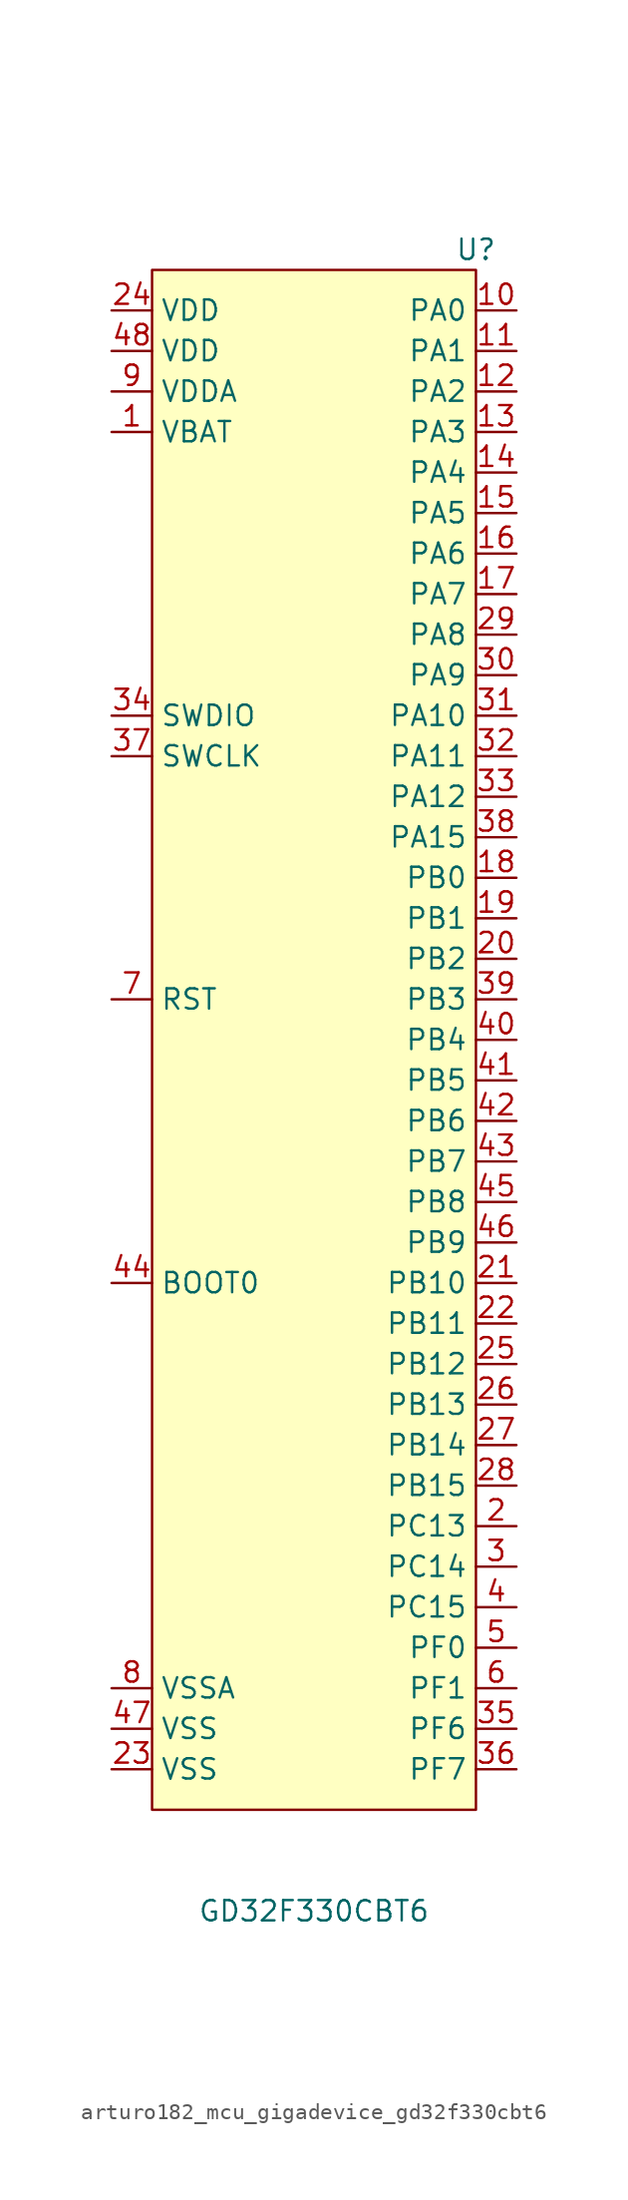
<source format=kicad_sym>
(kicad_symbol_lib
  (version 20220914)
  (generator kicad_symbol_editor)
  (symbol "arturo182_mcu_gigadevice_gd32f330cbt6"
    (property "Reference" "U"
      (at 10.16 46.99 0)
      (effects (font (size 1.27 1.27))))
    (property "Value" "GD32F330CBT6"
      (at 0 -57.15 0)
      (effects (font (size 1.27 1.27))))
    (symbol "arturo182_mcu_gigadevice_gd32f330cbt6_0_0"
      (pin power_in line (at -12.7 35.56 0) (length 2.54) (name "VBAT" (effects (font (size 1.27 1.27)))) (number "1" (effects (font (size 1.27 1.27)))))
      (pin bidirectional line (at 12.7 43.18 180) (length 2.54) (name "PA0" (effects (font (size 1.27 1.27)))) (number "10" (effects (font (size 1.27 1.27)))))
      (pin bidirectional line (at 12.7 40.64 180) (length 2.54) (name "PA1" (effects (font (size 1.27 1.27)))) (number "11" (effects (font (size 1.27 1.27)))))
      (pin bidirectional line (at 12.7 38.1 180) (length 2.54) (name "PA2" (effects (font (size 1.27 1.27)))) (number "12" (effects (font (size 1.27 1.27)))))
      (pin bidirectional line (at 12.7 35.56 180) (length 2.54) (name "PA3" (effects (font (size 1.27 1.27)))) (number "13" (effects (font (size 1.27 1.27)))))
      (pin bidirectional line (at 12.7 33.02 180) (length 2.54) (name "PA4" (effects (font (size 1.27 1.27)))) (number "14" (effects (font (size 1.27 1.27)))))
      (pin bidirectional line (at 12.7 30.48 180) (length 2.54) (name "PA5" (effects (font (size 1.27 1.27)))) (number "15" (effects (font (size 1.27 1.27)))))
      (pin bidirectional line (at 12.7 27.94 180) (length 2.54) (name "PA6" (effects (font (size 1.27 1.27)))) (number "16" (effects (font (size 1.27 1.27)))))
      (pin bidirectional line (at 12.7 25.4 180) (length 2.54) (name "PA7" (effects (font (size 1.27 1.27)))) (number "17" (effects (font (size 1.27 1.27)))))
      (pin bidirectional line (at 12.7 7.62 180) (length 2.54) (name "PB0" (effects (font (size 1.27 1.27)))) (number "18" (effects (font (size 1.27 1.27)))))
      (pin bidirectional line (at 12.7 5.08 180) (length 2.54) (name "PB1" (effects (font (size 1.27 1.27)))) (number "19" (effects (font (size 1.27 1.27)))))
      (pin bidirectional line (at 12.7 -33.02 180) (length 2.54) (name "PC13" (effects (font (size 1.27 1.27)))) (number "2" (effects (font (size 1.27 1.27)))))
      (pin bidirectional line (at 12.7 2.54 180) (length 2.54) (name "PB2" (effects (font (size 1.27 1.27)))) (number "20" (effects (font (size 1.27 1.27)))))
      (pin bidirectional line (at 12.7 -17.78 180) (length 2.54) (name "PB10" (effects (font (size 1.27 1.27)))) (number "21" (effects (font (size 1.27 1.27)))))
      (pin bidirectional line (at 12.7 -20.32 180) (length 2.54) (name "PB11" (effects (font (size 1.27 1.27)))) (number "22" (effects (font (size 1.27 1.27)))))
      (pin power_in line (at -12.7 -48.26 0) (length 2.54) (name "VSS" (effects (font (size 1.27 1.27)))) (number "23" (effects (font (size 1.27 1.27)))))
      (pin power_in line (at -12.7 43.18 0) (length 2.54) (name "VDD" (effects (font (size 1.27 1.27)))) (number "24" (effects (font (size 1.27 1.27)))))
      (pin bidirectional line (at 12.7 -22.86 180) (length 2.54) (name "PB12" (effects (font (size 1.27 1.27)))) (number "25" (effects (font (size 1.27 1.27)))))
      (pin bidirectional line (at 12.7 -25.4 180) (length 2.54) (name "PB13" (effects (font (size 1.27 1.27)))) (number "26" (effects (font (size 1.27 1.27)))))
      (pin bidirectional line (at 12.7 -27.94 180) (length 2.54) (name "PB14" (effects (font (size 1.27 1.27)))) (number "27" (effects (font (size 1.27 1.27)))))
      (pin bidirectional line (at 12.7 -30.48 180) (length 2.54) (name "PB15" (effects (font (size 1.27 1.27)))) (number "28" (effects (font (size 1.27 1.27)))))
      (pin bidirectional line (at 12.7 22.86 180) (length 2.54) (name "PA8" (effects (font (size 1.27 1.27)))) (number "29" (effects (font (size 1.27 1.27)))))
      (pin bidirectional line (at 12.7 -35.56 180) (length 2.54) (name "PC14" (effects (font (size 1.27 1.27)))) (number "3" (effects (font (size 1.27 1.27)))))
      (pin bidirectional line (at 12.7 20.32 180) (length 2.54) (name "PA9" (effects (font (size 1.27 1.27)))) (number "30" (effects (font (size 1.27 1.27)))))
      (pin bidirectional line (at 12.7 17.78 180) (length 2.54) (name "PA10" (effects (font (size 1.27 1.27)))) (number "31" (effects (font (size 1.27 1.27)))))
      (pin bidirectional line (at 12.7 15.24 180) (length 2.54) (name "PA11" (effects (font (size 1.27 1.27)))) (number "32" (effects (font (size 1.27 1.27)))))
      (pin bidirectional line (at 12.7 12.7 180) (length 2.54) (name "PA12" (effects (font (size 1.27 1.27)))) (number "33" (effects (font (size 1.27 1.27)))))
      (pin bidirectional line (at -12.7 17.78 0) (length 2.54) (name "SWDIO" (effects (font (size 1.27 1.27)))) (number "34" (effects (font (size 1.27 1.27)))))
      (pin bidirectional line (at 12.7 -45.72 180) (length 2.54) (name "PF6" (effects (font (size 1.27 1.27)))) (number "35" (effects (font (size 1.27 1.27)))))
      (pin bidirectional line (at 12.7 -48.26 180) (length 2.54) (name "PF7" (effects (font (size 1.27 1.27)))) (number "36" (effects (font (size 1.27 1.27)))))
      (pin bidirectional line (at -12.7 15.24 0) (length 2.54) (name "SWCLK" (effects (font (size 1.27 1.27)))) (number "37" (effects (font (size 1.27 1.27)))))
      (pin bidirectional line (at 12.7 10.16 180) (length 2.54) (name "PA15" (effects (font (size 1.27 1.27)))) (number "38" (effects (font (size 1.27 1.27)))))
      (pin bidirectional line (at 12.7 0 180) (length 2.54) (name "PB3" (effects (font (size 1.27 1.27)))) (number "39" (effects (font (size 1.27 1.27)))))
      (pin bidirectional line (at 12.7 -38.1 180) (length 2.54) (name "PC15" (effects (font (size 1.27 1.27)))) (number "4" (effects (font (size 1.27 1.27)))))
      (pin bidirectional line (at 12.7 -2.54 180) (length 2.54) (name "PB4" (effects (font (size 1.27 1.27)))) (number "40" (effects (font (size 1.27 1.27)))))
      (pin bidirectional line (at 12.7 -5.08 180) (length 2.54) (name "PB5" (effects (font (size 1.27 1.27)))) (number "41" (effects (font (size 1.27 1.27)))))
      (pin bidirectional line (at 12.7 -7.62 180) (length 2.54) (name "PB6" (effects (font (size 1.27 1.27)))) (number "42" (effects (font (size 1.27 1.27)))))
      (pin bidirectional line (at 12.7 -10.16 180) (length 2.54) (name "PB7" (effects (font (size 1.27 1.27)))) (number "43" (effects (font (size 1.27 1.27)))))
      (pin input line (at -12.7 -17.78 0) (length 2.54) (name "BOOT0" (effects (font (size 1.27 1.27)))) (number "44" (effects (font (size 1.27 1.27)))))
      (pin bidirectional line (at 12.7 -12.7 180) (length 2.54) (name "PB8" (effects (font (size 1.27 1.27)))) (number "45" (effects (font (size 1.27 1.27)))))
      (pin bidirectional line (at 12.7 -15.24 180) (length 2.54) (name "PB9" (effects (font (size 1.27 1.27)))) (number "46" (effects (font (size 1.27 1.27)))))
      (pin power_in line (at -12.7 -45.72 0) (length 2.54) (name "VSS" (effects (font (size 1.27 1.27)))) (number "47" (effects (font (size 1.27 1.27)))))
      (pin power_in line (at -12.7 40.64 0) (length 2.54) (name "VDD" (effects (font (size 1.27 1.27)))) (number "48" (effects (font (size 1.27 1.27)))))
      (pin bidirectional line (at 12.7 -40.64 180) (length 2.54) (name "PF0" (effects (font (size 1.27 1.27)))) (number "5" (effects (font (size 1.27 1.27)))))
      (pin bidirectional line (at 12.7 -43.18 180) (length 2.54) (name "PF1" (effects (font (size 1.27 1.27)))) (number "6" (effects (font (size 1.27 1.27)))))
      (pin input line (at -12.7 0 0) (length 2.54) (name "RST" (effects (font (size 1.27 1.27)))) (number "7" (effects (font (size 1.27 1.27)))))
      (pin power_in line (at -12.7 -43.18 0) (length 2.54) (name "VSSA" (effects (font (size 1.27 1.27)))) (number "8" (effects (font (size 1.27 1.27)))))
      (pin power_in line (at -12.7 38.1 0) (length 2.54) (name "VDDA" (effects (font (size 1.27 1.27)))) (number "9" (effects (font (size 1.27 1.27))))))
    (symbol "arturo182_mcu_gigadevice_gd32f330cbt6_0_1"
      (rectangle (start -10.16 45.72) (end 10.16 -50.8) (stroke (width 0) (type default)) (fill (type background))))))
</source>
